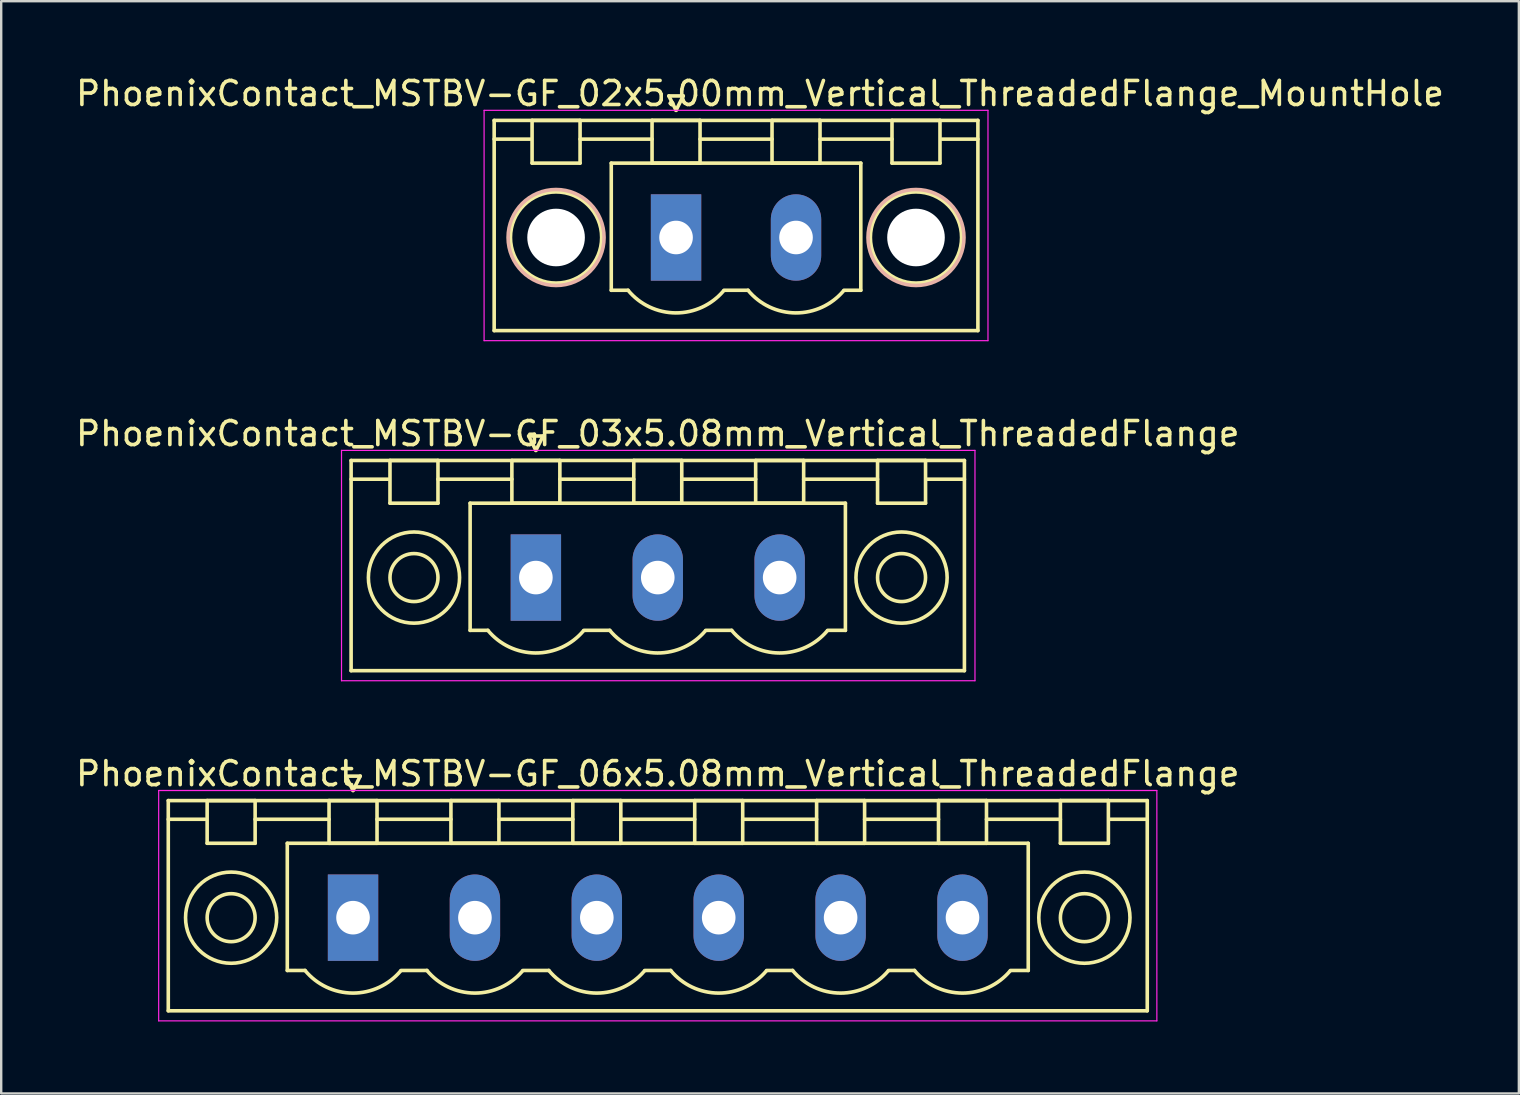
<source format=kicad_pcb>
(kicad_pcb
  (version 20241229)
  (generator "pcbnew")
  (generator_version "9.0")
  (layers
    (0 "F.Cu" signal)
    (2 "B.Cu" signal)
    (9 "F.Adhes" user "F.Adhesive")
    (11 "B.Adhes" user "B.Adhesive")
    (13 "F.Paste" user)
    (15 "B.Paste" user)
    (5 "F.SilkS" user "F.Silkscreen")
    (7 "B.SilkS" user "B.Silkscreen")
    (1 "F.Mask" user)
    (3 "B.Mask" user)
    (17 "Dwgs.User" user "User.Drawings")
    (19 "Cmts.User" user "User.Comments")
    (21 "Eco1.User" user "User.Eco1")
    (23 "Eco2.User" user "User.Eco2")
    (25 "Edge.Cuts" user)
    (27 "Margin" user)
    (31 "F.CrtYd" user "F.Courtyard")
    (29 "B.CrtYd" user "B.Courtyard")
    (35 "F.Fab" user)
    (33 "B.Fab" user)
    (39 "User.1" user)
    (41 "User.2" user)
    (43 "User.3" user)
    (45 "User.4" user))
  (footprint "PhoenixContact_MSTBV-GF_03x5.08mm_Vertical_ThreadedFlange"
    (layer "F.Cu")
    (at 19.283 21.021)
    (property "Reference" "PhoenixContact_MSTBV-GF_03x5.08mm_Vertical_ThreadedFlange" (at 5.08 -6 0) (layer "F.SilkS") (effects (font (size 1 1) (thickness 0.15))))
    (attr through_hole)
    (fp_line (start -7.7 -4.88) (end -7.7 3.88) (stroke (width 0.15) (type solid)) (layer "F.SilkS"))
    (fp_line (start -7.7 -4.1) (end -6.16 -4.1) (stroke (width 0.15) (type solid)) (layer "F.SilkS"))
    (fp_line (start -7.7 3.88) (end 17.86 3.88) (stroke (width 0.15) (type solid)) (layer "F.SilkS"))
    (fp_line (start -6.08 -4.88) (end -4.08 -4.88) (stroke (width 0.15) (type solid)) (layer "F.SilkS"))
    (fp_line (start -6.08 -3.1) (end -6.08 -4.88) (stroke (width 0.15) (type solid)) (layer "F.SilkS"))
    (fp_line (start -4.08 -4.88) (end -4.08 -3.1) (stroke (width 0.15) (type solid)) (layer "F.SilkS"))
    (fp_line (start -4.08 -4.1) (end -1 -4.1) (stroke (width 0.15) (type solid)) (layer "F.SilkS"))
    (fp_line (start -4.08 -3.1) (end -6.08 -3.1) (stroke (width 0.15) (type solid)) (layer "F.SilkS"))
    (fp_line (start -2.74 -3.1) (end 12.9 -3.1) (stroke (width 0.15) (type solid)) (layer "F.SilkS"))
    (fp_line (start -2.74 2.2) (end -2.74 -3.1) (stroke (width 0.15) (type solid)) (layer "F.SilkS"))
    (fp_line (start -2 2.2) (end -2.74 2.2) (stroke (width 0.15) (type solid)) (layer "F.SilkS"))
    (fp_line (start -1 -4.88) (end 1 -4.88) (stroke (width 0.15) (type solid)) (layer "F.SilkS"))
    (fp_line (start -1 -3.1) (end -1 -4.88) (stroke (width 0.15) (type solid)) (layer "F.SilkS"))
    (fp_line (start -0.3 -5.9) (end 0 -5.3) (stroke (width 0.15) (type solid)) (layer "F.SilkS"))
    (fp_line (start 0 -5.3) (end 0.3 -5.9) (stroke (width 0.15) (type solid)) (layer "F.SilkS"))
    (fp_line (start 0.3 -5.9) (end -0.3 -5.9) (stroke (width 0.15) (type solid)) (layer "F.SilkS"))
    (fp_line (start 1 -4.88) (end 1 -3.1) (stroke (width 0.15) (type solid)) (layer "F.SilkS"))
    (fp_line (start 1 -4.1) (end 4.08 -4.1) (stroke (width 0.15) (type solid)) (layer "F.SilkS"))
    (fp_line (start 1 -3.1) (end -1 -3.1) (stroke (width 0.15) (type solid)) (layer "F.SilkS"))
    (fp_line (start 2 2.2) (end 3.08 2.2) (stroke (width 0.15) (type solid)) (layer "F.SilkS"))
    (fp_line (start 4.08 -4.88) (end 6.08 -4.88) (stroke (width 0.15) (type solid)) (layer "F.SilkS"))
    (fp_line (start 4.08 -3.1) (end 4.08 -4.88) (stroke (width 0.15) (type solid)) (layer "F.SilkS"))
    (fp_line (start 6.08 -4.88) (end 6.08 -3.1) (stroke (width 0.15) (type solid)) (layer "F.SilkS"))
    (fp_line (start 6.08 -4.1) (end 9.16 -4.1) (stroke (width 0.15) (type solid)) (layer "F.SilkS"))
    (fp_line (start 6.08 -3.1) (end 4.08 -3.1) (stroke (width 0.15) (type solid)) (layer "F.SilkS"))
    (fp_line (start 7.08 2.2) (end 8.16 2.2) (stroke (width 0.15) (type solid)) (layer "F.SilkS"))
    (fp_line (start 9.16 -4.88) (end 11.16 -4.88) (stroke (width 0.15) (type solid)) (layer "F.SilkS"))
    (fp_line (start 9.16 -3.1) (end 9.16 -4.88) (stroke (width 0.15) (type solid)) (layer "F.SilkS"))
    (fp_line (start 11.16 -4.88) (end 11.16 -3.1) (stroke (width 0.15) (type solid)) (layer "F.SilkS"))
    (fp_line (start 11.16 -4.1) (end 14.24 -4.1) (stroke (width 0.15) (type solid)) (layer "F.SilkS"))
    (fp_line (start 11.16 -3.1) (end 9.16 -3.1) (stroke (width 0.15) (type solid)) (layer "F.SilkS"))
    (fp_line (start 12.9 -3.1) (end 12.9 2.2) (stroke (width 0.15) (type solid)) (layer "F.SilkS"))
    (fp_line (start 12.9 2.2) (end 12.16 2.2) (stroke (width 0.15) (type solid)) (layer "F.SilkS"))
    (fp_line (start 14.24 -4.88) (end 16.24 -4.88) (stroke (width 0.15) (type solid)) (layer "F.SilkS"))
    (fp_line (start 14.24 -3.1) (end 14.24 -4.88) (stroke (width 0.15) (type solid)) (layer "F.SilkS"))
    (fp_line (start 16.24 -4.88) (end 16.24 -3.1) (stroke (width 0.15) (type solid)) (layer "F.SilkS"))
    (fp_line (start 16.24 -3.1) (end 14.24 -3.1) (stroke (width 0.15) (type solid)) (layer "F.SilkS"))
    (fp_line (start 17.86 -4.88) (end -7.7 -4.88) (stroke (width 0.15) (type solid)) (layer "F.SilkS"))
    (fp_line (start 17.86 -4.1) (end 16.32 -4.1) (stroke (width 0.15) (type solid)) (layer "F.SilkS"))
    (fp_line (start 17.86 3.88) (end 17.86 -4.88) (stroke (width 0.15) (type solid)) (layer "F.SilkS"))
    (fp_arc (start 1.986842 2.215821) (mid -0.010289 3.142758) (end -2 2.2) (stroke (width 0.15) (type solid)) (layer "F.SilkS"))
    (fp_arc (start 7.066842 2.215821) (mid 5.069711 3.142758) (end 3.08 2.2) (stroke (width 0.15) (type solid)) (layer "F.SilkS"))
    (fp_arc (start 12.146842 2.215821) (mid 10.149711 3.142758) (end 8.16 2.2) (stroke (width 0.15) (type solid)) (layer "F.SilkS"))
    (fp_circle (center -5.08 0) (end -4.08 0) (stroke (width 0.15) (type solid)) (fill no) (layer "F.SilkS"))
    (fp_circle (center -5.08 0) (end -3.18 0) (stroke (width 0.15) (type solid)) (fill no) (layer "F.SilkS"))
    (fp_circle (center 15.24 0) (end 16.24 0) (stroke (width 0.15) (type solid)) (fill no) (layer "F.SilkS"))
    (fp_circle (center 15.24 0) (end 17.14 0) (stroke (width 0.15) (type solid)) (fill no) (layer "F.SilkS"))
    (fp_line (start -8.1 -5.3) (end -8.1 4.3) (stroke (width 0.05) (type solid)) (layer "F.CrtYd"))
    (fp_line (start -8.1 4.3) (end 18.3 4.3) (stroke (width 0.05) (type solid)) (layer "F.CrtYd"))
    (fp_line (start 18.3 -5.3) (end -8.1 -5.3) (stroke (width 0.05) (type solid)) (layer "F.CrtYd"))
    (fp_line (start 18.3 4.3) (end 18.3 -5.3) (stroke (width 0.05) (type solid)) (layer "F.CrtYd"))
    (pad "1" thru_hole rect (at 0 0) (size 2.1 3.6) (drill 1.4) (layers "*.Cu" "*.Mask"))
    (pad "2" thru_hole oval (at 5.08 0) (size 2.1 3.6) (drill 1.4) (layers "*.Cu" "*.Mask"))
    (pad "3" thru_hole oval (at 10.16 0) (size 2.1 3.6) (drill 1.4) (layers "*.Cu" "*.Mask")))
  (footprint "PhoenixContact_MSTBV-GF_02x5.00mm_Vertical_ThreadedFlange_MountHole"
    (layer "F.Cu")
    (at 25.125 6.848)
    (property "Reference" "PhoenixContact_MSTBV-GF_02x5.00mm_Vertical_ThreadedFlange_MountHole" (at 3.5 -6 0) (layer "F.SilkS") (effects (font (size 1 1) (thickness 0.15))))
    (attr through_hole)
    (fp_line (start -7.58 -4.88) (end -7.58 3.88) (stroke (width 0.15) (type solid)) (layer "F.SilkS"))
    (fp_line (start -7.58 -4.1) (end -6.08 -4.1) (stroke (width 0.15) (type solid)) (layer "F.SilkS"))
    (fp_line (start -7.58 3.88) (end 12.58 3.88) (stroke (width 0.15) (type solid)) (layer "F.SilkS"))
    (fp_line (start -6 -4.88) (end -4 -4.88) (stroke (width 0.15) (type solid)) (layer "F.SilkS"))
    (fp_line (start -6 -3.1) (end -6 -4.88) (stroke (width 0.15) (type solid)) (layer "F.SilkS"))
    (fp_line (start -4 -4.88) (end -4 -3.1) (stroke (width 0.15) (type solid)) (layer "F.SilkS"))
    (fp_line (start -4 -4.1) (end -1 -4.1) (stroke (width 0.15) (type solid)) (layer "F.SilkS"))
    (fp_line (start -4 -3.1) (end -6 -3.1) (stroke (width 0.15) (type solid)) (layer "F.SilkS"))
    (fp_line (start -2.7 -3.1) (end 7.7 -3.1) (stroke (width 0.15) (type solid)) (layer "F.SilkS"))
    (fp_line (start -2.7 2.2) (end -2.7 -3.1) (stroke (width 0.15) (type solid)) (layer "F.SilkS"))
    (fp_line (start -2 2.2) (end -2.7 2.2) (stroke (width 0.15) (type solid)) (layer "F.SilkS"))
    (fp_line (start -1 -4.88) (end 1 -4.88) (stroke (width 0.15) (type solid)) (layer "F.SilkS"))
    (fp_line (start -1 -3.1) (end -1 -4.88) (stroke (width 0.15) (type solid)) (layer "F.SilkS"))
    (fp_line (start -0.3 -5.9) (end 0 -5.3) (stroke (width 0.15) (type solid)) (layer "F.SilkS"))
    (fp_line (start 0 -5.3) (end 0.3 -5.9) (stroke (width 0.15) (type solid)) (layer "F.SilkS"))
    (fp_line (start 0.3 -5.9) (end -0.3 -5.9) (stroke (width 0.15) (type solid)) (layer "F.SilkS"))
    (fp_line (start 1 -4.88) (end 1 -3.1) (stroke (width 0.15) (type solid)) (layer "F.SilkS"))
    (fp_line (start 1 -4.1) (end 4 -4.1) (stroke (width 0.15) (type solid)) (layer "F.SilkS"))
    (fp_line (start 1 -3.1) (end -1 -3.1) (stroke (width 0.15) (type solid)) (layer "F.SilkS"))
    (fp_line (start 2 2.2) (end 3 2.2) (stroke (width 0.15) (type solid)) (layer "F.SilkS"))
    (fp_line (start 4 -4.88) (end 6 -4.88) (stroke (width 0.15) (type solid)) (layer "F.SilkS"))
    (fp_line (start 4 -3.1) (end 4 -4.88) (stroke (width 0.15) (type solid)) (layer "F.SilkS"))
    (fp_line (start 6 -4.88) (end 6 -3.1) (stroke (width 0.15) (type solid)) (layer "F.SilkS"))
    (fp_line (start 6 -4.1) (end 9 -4.1) (stroke (width 0.15) (type solid)) (layer "F.SilkS"))
    (fp_line (start 6 -3.1) (end 4 -3.1) (stroke (width 0.15) (type solid)) (layer "F.SilkS"))
    (fp_line (start 7.7 -3.1) (end 7.7 2.2) (stroke (width 0.15) (type solid)) (layer "F.SilkS"))
    (fp_line (start 7.7 2.2) (end 7 2.2) (stroke (width 0.15) (type solid)) (layer "F.SilkS"))
    (fp_line (start 9 -4.88) (end 11 -4.88) (stroke (width 0.15) (type solid)) (layer "F.SilkS"))
    (fp_line (start 9 -3.1) (end 9 -4.88) (stroke (width 0.15) (type solid)) (layer "F.SilkS"))
    (fp_line (start 11 -4.88) (end 11 -3.1) (stroke (width 0.15) (type solid)) (layer "F.SilkS"))
    (fp_line (start 11 -3.1) (end 9 -3.1) (stroke (width 0.15) (type solid)) (layer "F.SilkS"))
    (fp_line (start 12.58 -4.88) (end -7.58 -4.88) (stroke (width 0.15) (type solid)) (layer "F.SilkS"))
    (fp_line (start 12.58 -4.1) (end 11.08 -4.1) (stroke (width 0.15) (type solid)) (layer "F.SilkS"))
    (fp_line (start 12.58 3.88) (end 12.58 -4.88) (stroke (width 0.15) (type solid)) (layer "F.SilkS"))
    (fp_arc (start 1.986842 2.215821) (mid -0.010289 3.142758) (end -2 2.2) (stroke (width 0.15) (type solid)) (layer "F.SilkS"))
    (fp_arc (start 6.986842 2.215821) (mid 4.989711 3.142758) (end 3 2.2) (stroke (width 0.15) (type solid)) (layer "F.SilkS"))
    (fp_circle (center -5 0) (end -3.1 0) (stroke (width 0.15) (type solid)) (fill no) (layer "F.SilkS"))
    (fp_circle (center 10 0) (end 11.9 0) (stroke (width 0.15) (type solid)) (fill no) (layer "F.SilkS"))
    (fp_circle (center -5 0) (end -3 0) (stroke (width 0.15) (type solid)) (fill no) (layer "B.SilkS"))
    (fp_circle (center 10 0) (end 12 0) (stroke (width 0.15) (type solid)) (fill no) (layer "B.SilkS"))
    (fp_line (start -8 -5.3) (end -8 4.3) (stroke (width 0.05) (type solid)) (layer "F.CrtYd"))
    (fp_line (start -8 4.3) (end 13 4.3) (stroke (width 0.05) (type solid)) (layer "F.CrtYd"))
    (fp_line (start 13 -5.3) (end -8 -5.3) (stroke (width 0.05) (type solid)) (layer "F.CrtYd"))
    (fp_line (start 13 4.3) (end 13 -5.3) (stroke (width 0.05) (type solid)) (layer "F.CrtYd"))
    (pad "" np_thru_hole circle (at -5 0) (size 2.4 2.4) (drill 2.4) (layers "*.Cu" "*.Mask"))
    (pad "" np_thru_hole circle (at 10 0) (size 2.4 2.4) (drill 2.4) (layers "*.Cu" "*.Mask"))
    (pad "1" thru_hole rect (at 0 0) (size 2.1 3.6) (drill 1.4) (layers "*.Cu" "*.Mask"))
    (pad "2" thru_hole oval (at 5 0) (size 2.1 3.6) (drill 1.4) (layers "*.Cu" "*.Mask")))
  (footprint "PhoenixContact_MSTBV-GF_06x5.08mm_Vertical_ThreadedFlange"
    (layer "F.Cu")
    (at 11.663 35.195)
    (property "Reference" "PhoenixContact_MSTBV-GF_06x5.08mm_Vertical_ThreadedFlange" (at 12.7 -6 0) (layer "F.SilkS") (effects (font (size 1 1) (thickness 0.15))))
    (attr through_hole)
    (fp_line (start -7.7 -4.88) (end -7.7 3.88) (stroke (width 0.15) (type solid)) (layer "F.SilkS"))
    (fp_line (start -7.7 -4.1) (end -6.16 -4.1) (stroke (width 0.15) (type solid)) (layer "F.SilkS"))
    (fp_line (start -7.7 3.88) (end 33.1 3.88) (stroke (width 0.15) (type solid)) (layer "F.SilkS"))
    (fp_line (start -6.08 -4.88) (end -4.08 -4.88) (stroke (width 0.15) (type solid)) (layer "F.SilkS"))
    (fp_line (start -6.08 -3.1) (end -6.08 -4.88) (stroke (width 0.15) (type solid)) (layer "F.SilkS"))
    (fp_line (start -4.08 -4.88) (end -4.08 -3.1) (stroke (width 0.15) (type solid)) (layer "F.SilkS"))
    (fp_line (start -4.08 -4.1) (end -1 -4.1) (stroke (width 0.15) (type solid)) (layer "F.SilkS"))
    (fp_line (start -4.08 -3.1) (end -6.08 -3.1) (stroke (width 0.15) (type solid)) (layer "F.SilkS"))
    (fp_line (start -2.74 -3.1) (end 28.14 -3.1) (stroke (width 0.15) (type solid)) (layer "F.SilkS"))
    (fp_line (start -2.74 2.2) (end -2.74 -3.1) (stroke (width 0.15) (type solid)) (layer "F.SilkS"))
    (fp_line (start -2 2.2) (end -2.74 2.2) (stroke (width 0.15) (type solid)) (layer "F.SilkS"))
    (fp_line (start -1 -4.88) (end 1 -4.88) (stroke (width 0.15) (type solid)) (layer "F.SilkS"))
    (fp_line (start -1 -3.1) (end -1 -4.88) (stroke (width 0.15) (type solid)) (layer "F.SilkS"))
    (fp_line (start -0.3 -5.9) (end 0 -5.3) (stroke (width 0.15) (type solid)) (layer "F.SilkS"))
    (fp_line (start 0 -5.3) (end 0.3 -5.9) (stroke (width 0.15) (type solid)) (layer "F.SilkS"))
    (fp_line (start 0.3 -5.9) (end -0.3 -5.9) (stroke (width 0.15) (type solid)) (layer "F.SilkS"))
    (fp_line (start 1 -4.88) (end 1 -3.1) (stroke (width 0.15) (type solid)) (layer "F.SilkS"))
    (fp_line (start 1 -4.1) (end 4.08 -4.1) (stroke (width 0.15) (type solid)) (layer "F.SilkS"))
    (fp_line (start 1 -3.1) (end -1 -3.1) (stroke (width 0.15) (type solid)) (layer "F.SilkS"))
    (fp_line (start 2 2.2) (end 3.08 2.2) (stroke (width 0.15) (type solid)) (layer "F.SilkS"))
    (fp_line (start 4.08 -4.88) (end 6.08 -4.88) (stroke (width 0.15) (type solid)) (layer "F.SilkS"))
    (fp_line (start 4.08 -3.1) (end 4.08 -4.88) (stroke (width 0.15) (type solid)) (layer "F.SilkS"))
    (fp_line (start 6.08 -4.88) (end 6.08 -3.1) (stroke (width 0.15) (type solid)) (layer "F.SilkS"))
    (fp_line (start 6.08 -4.1) (end 9.16 -4.1) (stroke (width 0.15) (type solid)) (layer "F.SilkS"))
    (fp_line (start 6.08 -3.1) (end 4.08 -3.1) (stroke (width 0.15) (type solid)) (layer "F.SilkS"))
    (fp_line (start 7.08 2.2) (end 8.16 2.2) (stroke (width 0.15) (type solid)) (layer "F.SilkS"))
    (fp_line (start 9.16 -4.88) (end 11.16 -4.88) (stroke (width 0.15) (type solid)) (layer "F.SilkS"))
    (fp_line (start 9.16 -3.1) (end 9.16 -4.88) (stroke (width 0.15) (type solid)) (layer "F.SilkS"))
    (fp_line (start 11.16 -4.88) (end 11.16 -3.1) (stroke (width 0.15) (type solid)) (layer "F.SilkS"))
    (fp_line (start 11.16 -4.1) (end 14.24 -4.1) (stroke (width 0.15) (type solid)) (layer "F.SilkS"))
    (fp_line (start 11.16 -3.1) (end 9.16 -3.1) (stroke (width 0.15) (type solid)) (layer "F.SilkS"))
    (fp_line (start 12.16 2.2) (end 13.24 2.2) (stroke (width 0.15) (type solid)) (layer "F.SilkS"))
    (fp_line (start 14.24 -4.88) (end 16.24 -4.88) (stroke (width 0.15) (type solid)) (layer "F.SilkS"))
    (fp_line (start 14.24 -3.1) (end 14.24 -4.88) (stroke (width 0.15) (type solid)) (layer "F.SilkS"))
    (fp_line (start 16.24 -4.88) (end 16.24 -3.1) (stroke (width 0.15) (type solid)) (layer "F.SilkS"))
    (fp_line (start 16.24 -4.1) (end 19.32 -4.1) (stroke (width 0.15) (type solid)) (layer "F.SilkS"))
    (fp_line (start 16.24 -3.1) (end 14.24 -3.1) (stroke (width 0.15) (type solid)) (layer "F.SilkS"))
    (fp_line (start 17.24 2.2) (end 18.32 2.2) (stroke (width 0.15) (type solid)) (layer "F.SilkS"))
    (fp_line (start 19.32 -4.88) (end 21.32 -4.88) (stroke (width 0.15) (type solid)) (layer "F.SilkS"))
    (fp_line (start 19.32 -3.1) (end 19.32 -4.88) (stroke (width 0.15) (type solid)) (layer "F.SilkS"))
    (fp_line (start 21.32 -4.88) (end 21.32 -3.1) (stroke (width 0.15) (type solid)) (layer "F.SilkS"))
    (fp_line (start 21.32 -4.1) (end 24.4 -4.1) (stroke (width 0.15) (type solid)) (layer "F.SilkS"))
    (fp_line (start 21.32 -3.1) (end 19.32 -3.1) (stroke (width 0.15) (type solid)) (layer "F.SilkS"))
    (fp_line (start 22.32 2.2) (end 23.4 2.2) (stroke (width 0.15) (type solid)) (layer "F.SilkS"))
    (fp_line (start 24.4 -4.88) (end 26.4 -4.88) (stroke (width 0.15) (type solid)) (layer "F.SilkS"))
    (fp_line (start 24.4 -3.1) (end 24.4 -4.88) (stroke (width 0.15) (type solid)) (layer "F.SilkS"))
    (fp_line (start 26.4 -4.88) (end 26.4 -3.1) (stroke (width 0.15) (type solid)) (layer "F.SilkS"))
    (fp_line (start 26.4 -4.1) (end 29.48 -4.1) (stroke (width 0.15) (type solid)) (layer "F.SilkS"))
    (fp_line (start 26.4 -3.1) (end 24.4 -3.1) (stroke (width 0.15) (type solid)) (layer "F.SilkS"))
    (fp_line (start 28.14 -3.1) (end 28.14 2.2) (stroke (width 0.15) (type solid)) (layer "F.SilkS"))
    (fp_line (start 28.14 2.2) (end 27.4 2.2) (stroke (width 0.15) (type solid)) (layer "F.SilkS"))
    (fp_line (start 29.48 -4.88) (end 31.48 -4.88) (stroke (width 0.15) (type solid)) (layer "F.SilkS"))
    (fp_line (start 29.48 -3.1) (end 29.48 -4.88) (stroke (width 0.15) (type solid)) (layer "F.SilkS"))
    (fp_line (start 31.48 -4.88) (end 31.48 -3.1) (stroke (width 0.15) (type solid)) (layer "F.SilkS"))
    (fp_line (start 31.48 -3.1) (end 29.48 -3.1) (stroke (width 0.15) (type solid)) (layer "F.SilkS"))
    (fp_line (start 33.1 -4.88) (end -7.7 -4.88) (stroke (width 0.15) (type solid)) (layer "F.SilkS"))
    (fp_line (start 33.1 -4.1) (end 31.56 -4.1) (stroke (width 0.15) (type solid)) (layer "F.SilkS"))
    (fp_line (start 33.1 3.88) (end 33.1 -4.88) (stroke (width 0.15) (type solid)) (layer "F.SilkS"))
    (fp_arc (start 1.986842 2.215821) (mid -0.010289 3.142758) (end -2 2.2) (stroke (width 0.15) (type solid)) (layer "F.SilkS"))
    (fp_arc (start 7.066842 2.215821) (mid 5.069711 3.142758) (end 3.08 2.2) (stroke (width 0.15) (type solid)) (layer "F.SilkS"))
    (fp_arc (start 12.146842 2.215821) (mid 10.149711 3.142758) (end 8.16 2.2) (stroke (width 0.15) (type solid)) (layer "F.SilkS"))
    (fp_arc (start 17.226842 2.215821) (mid 15.229711 3.142758) (end 13.24 2.2) (stroke (width 0.15) (type solid)) (layer "F.SilkS"))
    (fp_arc (start 22.306842 2.215821) (mid 20.309711 3.142758) (end 18.32 2.2) (stroke (width 0.15) (type solid)) (layer "F.SilkS"))
    (fp_arc (start 27.386842 2.215821) (mid 25.389711 3.142758) (end 23.4 2.2) (stroke (width 0.15) (type solid)) (layer "F.SilkS"))
    (fp_circle (center -5.08 0) (end -4.08 0) (stroke (width 0.15) (type solid)) (fill no) (layer "F.SilkS"))
    (fp_circle (center -5.08 0) (end -3.18 0) (stroke (width 0.15) (type solid)) (fill no) (layer "F.SilkS"))
    (fp_circle (center 30.48 0) (end 31.48 0) (stroke (width 0.15) (type solid)) (fill no) (layer "F.SilkS"))
    (fp_circle (center 30.48 0) (end 32.38 0) (stroke (width 0.15) (type solid)) (fill no) (layer "F.SilkS"))
    (fp_line (start -8.1 -5.3) (end -8.1 4.3) (stroke (width 0.05) (type solid)) (layer "F.CrtYd"))
    (fp_line (start -8.1 4.3) (end 33.5 4.3) (stroke (width 0.05) (type solid)) (layer "F.CrtYd"))
    (fp_line (start 33.5 -5.3) (end -8.1 -5.3) (stroke (width 0.05) (type solid)) (layer "F.CrtYd"))
    (fp_line (start 33.5 4.3) (end 33.5 -5.3) (stroke (width 0.05) (type solid)) (layer "F.CrtYd"))
    (pad "1" thru_hole rect (at 0 0) (size 2.1 3.6) (drill 1.4) (layers "*.Cu" "*.Mask"))
    (pad "2" thru_hole oval (at 5.08 0) (size 2.1 3.6) (drill 1.4) (layers "*.Cu" "*.Mask"))
    (pad "3" thru_hole oval (at 10.16 0) (size 2.1 3.6) (drill 1.4) (layers "*.Cu" "*.Mask"))
    (pad "4" thru_hole oval (at 15.24 0) (size 2.1 3.6) (drill 1.4) (layers "*.Cu" "*.Mask"))
    (pad "5" thru_hole oval (at 20.32 0) (size 2.1 3.6) (drill 1.4) (layers "*.Cu" "*.Mask"))
    (pad "6" thru_hole oval (at 25.4 0) (size 2.1 3.6) (drill 1.4) (layers "*.Cu" "*.Mask")))
  (gr_rect
    (start -3 -3)
    (end 60.25 42.52)
    (stroke (width 0.1) (type default))
    (fill no)
    (layer "Edge.Cuts")))
</source>
